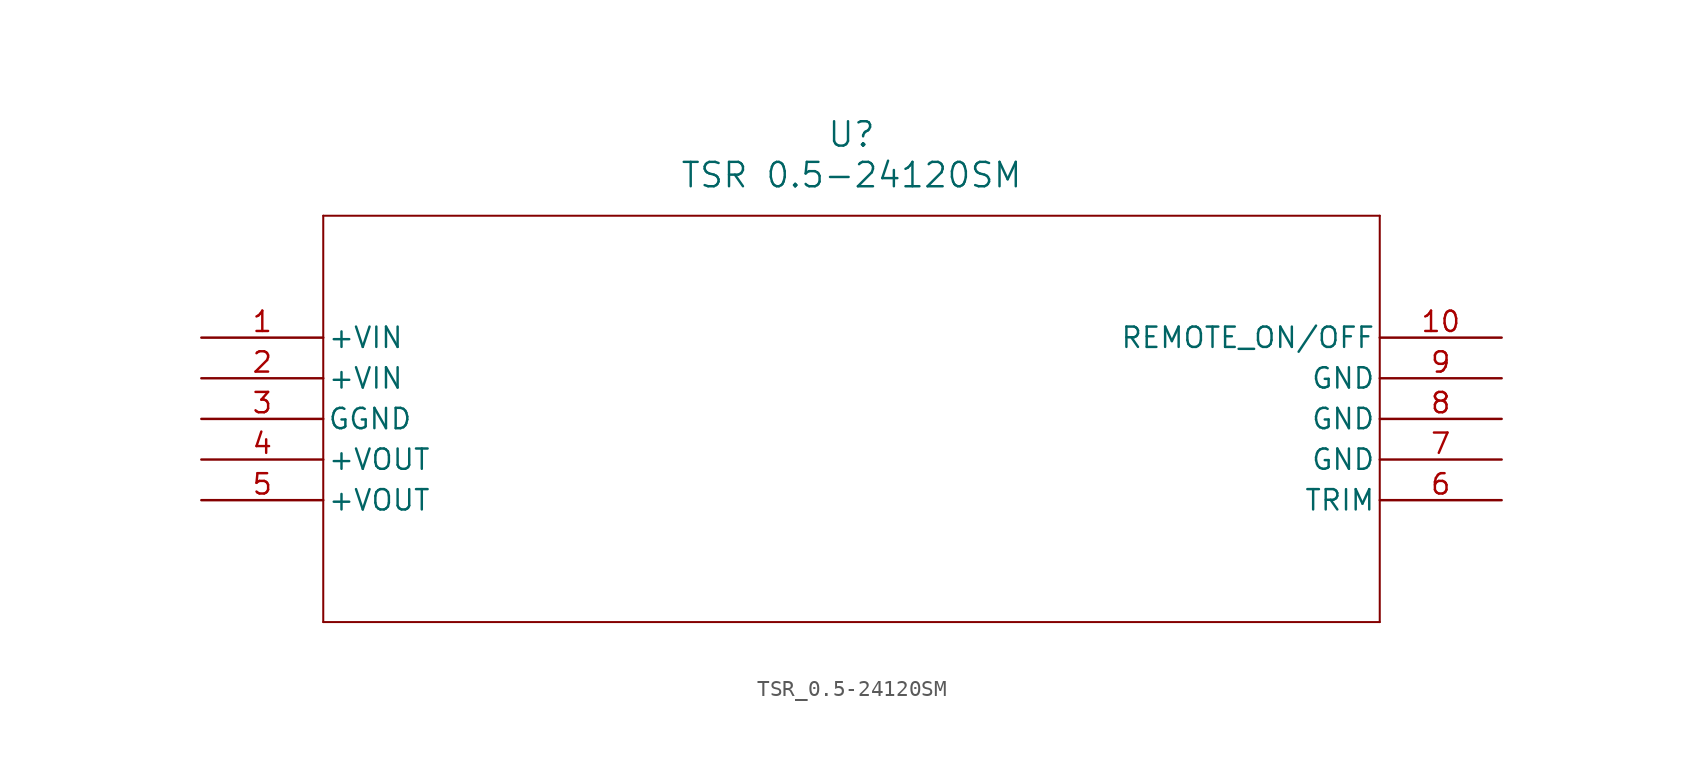
<source format=kicad_sym>
(kicad_symbol_lib
  (version 20211014)
  (generator kicad_symbol_editor)
  (symbol "TSR_0.5-24120SM"
    (pin_names
      (offset 0.254))
    (property "Reference" "U"
      (at 40.64 12.7 0)
      (effects (font (size 1.524 1.524))))
    (property "Value" "TSR 0.5-24120SM"
      (at 40.64 10.16 0)
      (effects (font (size 1.524 1.524))))
    (symbol "TSR_0.5-24120SM_0_1"
      (polyline (pts (xy 7.62 7.62) (xy 7.62 -17.78)) (stroke (width 0.127) (type default) (color 0 0 0 0)) (fill (type none)))
      (polyline (pts (xy 7.62 -17.78) (xy 73.66 -17.78)) (stroke (width 0.127) (type default) (color 0 0 0 0)) (fill (type none)))
      (polyline (pts (xy 73.66 -17.78) (xy 73.66 7.62)) (stroke (width 0.127) (type default) (color 0 0 0 0)) (fill (type none)))
      (polyline (pts (xy 73.66 7.62) (xy 7.62 7.62)) (stroke (width 0.127) (type default) (color 0 0 0 0)) (fill (type none)))
      (pin power_in line (at 0 0 0) (length 7.62) (name "+VIN" (effects (font (size 1.27 1.27)))) (number "1" (effects (font (size 1.27 1.27)))))
      (pin power_in line (at 0 -2.54 0) (length 7.62) (name "+VIN" (effects (font (size 1.27 1.27)))) (number "2" (effects (font (size 1.27 1.27)))))
      (pin power_out line (at 0 -5.08 0) (length 7.62) (name "GGND" (effects (font (size 1.27 1.27)))) (number "3" (effects (font (size 1.27 1.27)))))
      (pin output line (at 0 -7.62 0) (length 7.62) (name "+VOUT" (effects (font (size 1.27 1.27)))) (number "4" (effects (font (size 1.27 1.27)))))
      (pin output line (at 0 -10.16 0) (length 7.62) (name "+VOUT" (effects (font (size 1.27 1.27)))) (number "5" (effects (font (size 1.27 1.27)))))
      (pin unspecified line (at 81.28 -10.16 180) (length 7.62) (name "TRIM" (effects (font (size 1.27 1.27)))) (number "6" (effects (font (size 1.27 1.27)))))
      (pin power_out line (at 81.28 -7.62 180) (length 7.62) (name "GND" (effects (font (size 1.27 1.27)))) (number "7" (effects (font (size 1.27 1.27)))))
      (pin power_out line (at 81.28 -5.08 180) (length 7.62) (name "GND" (effects (font (size 1.27 1.27)))) (number "8" (effects (font (size 1.27 1.27)))))
      (pin power_out line (at 81.28 -2.54 180) (length 7.62) (name "GND" (effects (font (size 1.27 1.27)))) (number "9" (effects (font (size 1.27 1.27)))))
      (pin unspecified line (at 81.28 0 180) (length 7.62) (name "REMOTE_ON/OFF" (effects (font (size 1.27 1.27)))) (number "10" (effects (font (size 1.27 1.27))))))))
</source>
